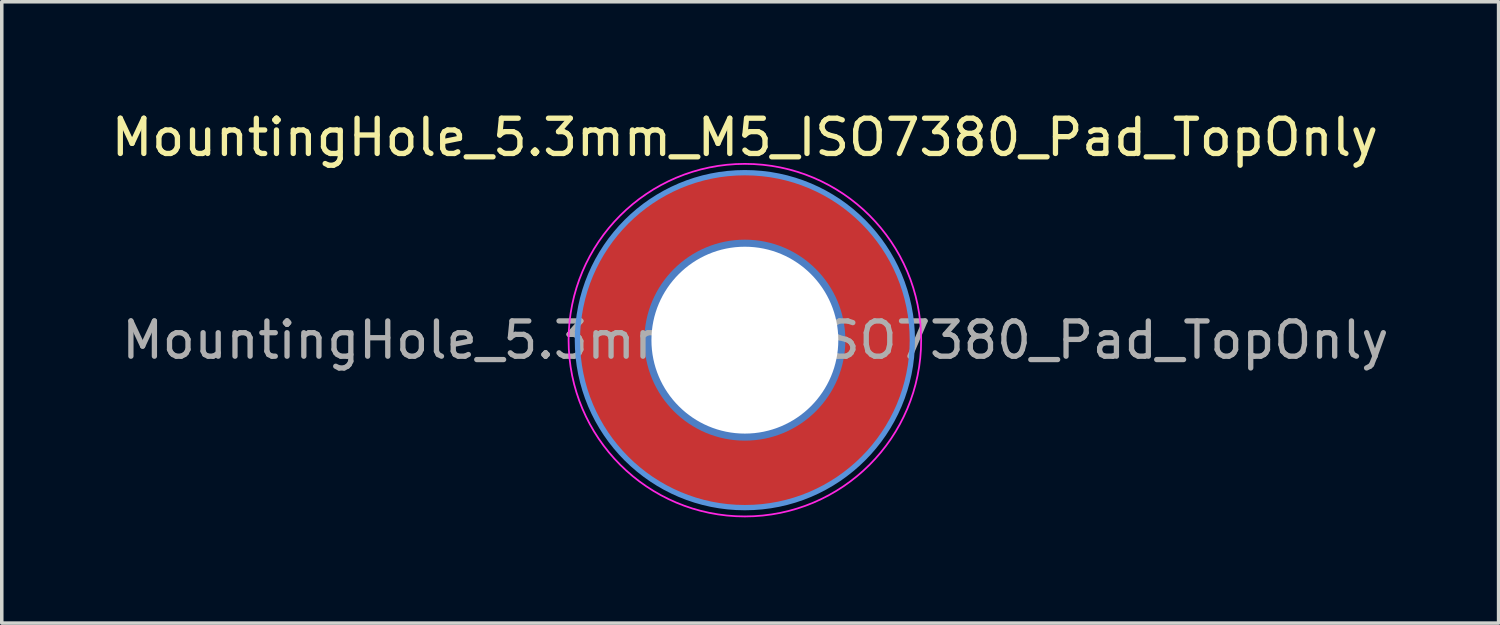
<source format=kicad_pcb>
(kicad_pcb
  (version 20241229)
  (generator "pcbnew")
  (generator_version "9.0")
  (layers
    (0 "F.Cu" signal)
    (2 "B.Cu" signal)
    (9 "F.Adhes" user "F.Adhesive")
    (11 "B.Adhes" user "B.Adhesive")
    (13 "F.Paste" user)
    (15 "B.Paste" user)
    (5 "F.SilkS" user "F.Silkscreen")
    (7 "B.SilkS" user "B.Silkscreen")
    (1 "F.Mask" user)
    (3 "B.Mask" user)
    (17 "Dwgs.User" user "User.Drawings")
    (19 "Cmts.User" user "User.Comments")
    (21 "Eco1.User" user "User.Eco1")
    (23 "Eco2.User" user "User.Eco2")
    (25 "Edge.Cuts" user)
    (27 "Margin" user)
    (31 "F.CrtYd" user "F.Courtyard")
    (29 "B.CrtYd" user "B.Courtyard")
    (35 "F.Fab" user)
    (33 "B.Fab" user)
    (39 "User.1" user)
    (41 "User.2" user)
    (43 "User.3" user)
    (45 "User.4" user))
  (footprint "MountingHole_5.3mm_M5_ISO7380_Pad_TopOnly"
    (layer "F.Cu")
    (at 18.077 6.598)
    (property "Reference" "MountingHole_5.3mm_M5_ISO7380_Pad_TopOnly" (at 0 -5.75 0) (layer "F.SilkS") (effects (font (size 1 1) (thickness 0.15))))
    (attr exclude_from_pos_files exclude_from_bom)
    (fp_circle (center 0 0) (end 4.75 0) (stroke (width 0.15) (type solid)) (fill no) (layer "Cmts.User"))
    (fp_circle (center 0 0) (end 5 0) (stroke (width 0.05) (type solid)) (fill no) (layer "F.CrtYd"))
    (fp_text user "${REFERENCE}" (at 0.3 0 0) (layer "F.Fab") (effects (font (size 1 1) (thickness 0.15))))
    (pad "1" thru_hole circle (at 0 0) (size 5.7 5.7) (drill 5.3) (layers "*.Cu" "*.Mask"))
    (pad "1" connect circle (at 0 0) (size 9.5 9.5) (layers "F.Cu" "F.Mask")))
  (gr_rect
    (start -3 -3)
    (end 39.455 14.623)
    (stroke (width 0.1) (type default))
    (fill no)
    (layer "Edge.Cuts")))
</source>
